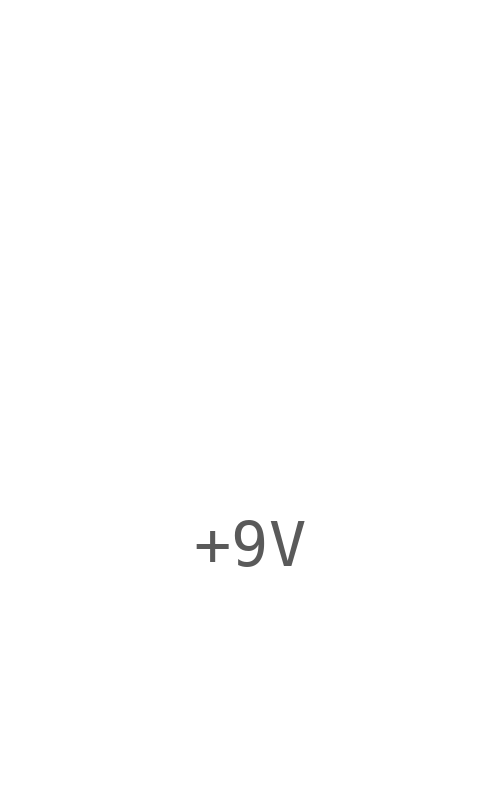
<source format=kicad_sym>
(kicad_symbol_lib
  (version 20211014)
  (generator kicad_symbol_editor)
  (symbol "+9V"
    (power)
    (pin_numbers hide)
    (pin_names
      (offset 0.635))
    (property "Reference" "#PWR"
      (at 0 -2.54 0)
      (effects (font (size 1.778 1.778)) hide))
    (symbol "+9V_1_1"
      (pin power_in inverted (at 0 0 90) (length 5.08) hide (name "+9V" (effects (font (size 1.27 1.27)))) (number "1" (effects (font (size 1.27 1.27))))))))
</source>
